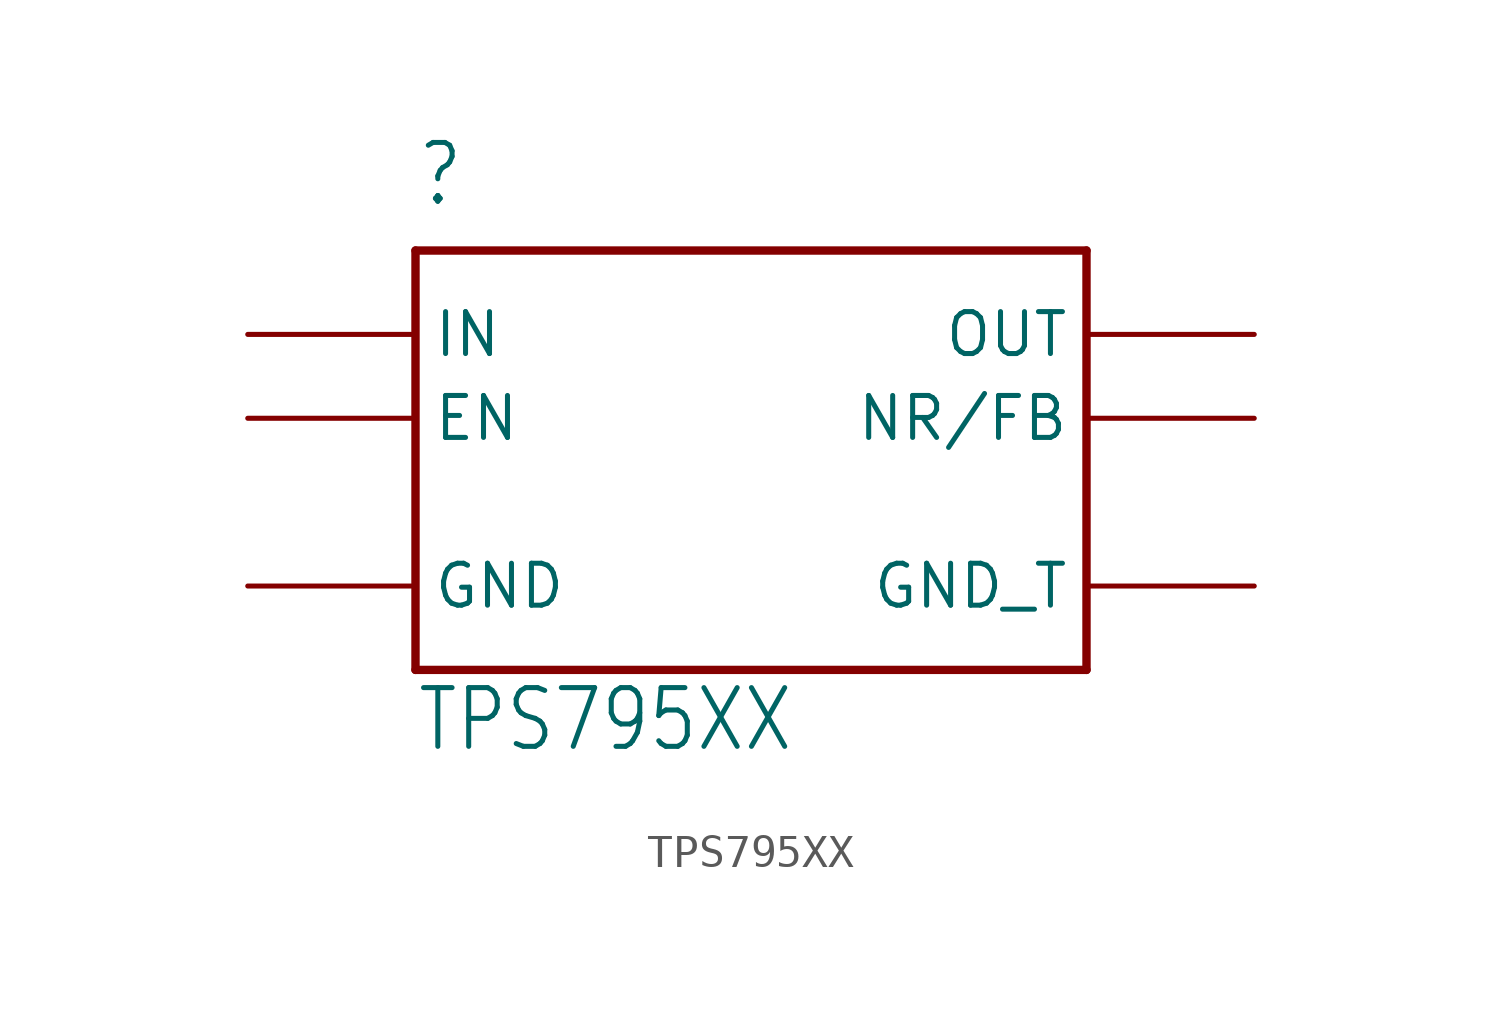
<source format=kicad_sym>
(kicad_symbol_lib
  (version 20211014)
  (generator kicad_symbol_editor)
  (symbol "TPS795XX"
    (property "Reference" ""
      (at -10.16 6.35 0)
      (effects (font (size 1.778 1.511)) (justify left bottom)))
    (property "Value" "TPS795XX"
      (at -10.16 -10.16 0)
      (effects (font (size 1.778 1.511)) (justify left bottom)))
    (property "ki_locked" ""
      (at 0 0 0)
      (effects (font (size 1.27 1.27))))
    (symbol "TPS795XX_1_0"
      (polyline (pts (xy -10.16 -7.62) (xy 10.16 -7.62)) (stroke (width 0.254) (type default) (color 0 0 0 0)) (fill (type none)))
      (polyline (pts (xy -10.16 5.08) (xy -10.16 -7.62)) (stroke (width 0.254) (type default) (color 0 0 0 0)) (fill (type none)))
      (polyline (pts (xy 10.16 -7.62) (xy 10.16 5.08)) (stroke (width 0.254) (type default) (color 0 0 0 0)) (fill (type none)))
      (polyline (pts (xy 10.16 5.08) (xy -10.16 5.08)) (stroke (width 0.254) (type default) (color 0 0 0 0)) (fill (type none)))
      (pin bidirectional line (at -15.24 0 0) (length 5.08) (name "EN" (effects (font (size 1.27 1.27)))) (number "P$1" (effects (font (size 0 0)))))
      (pin bidirectional line (at -15.24 2.54 0) (length 5.08) (name "IN" (effects (font (size 1.27 1.27)))) (number "P$2" (effects (font (size 0 0)))))
      (pin bidirectional line (at -15.24 -5.08 0) (length 5.08) (name "GND" (effects (font (size 1.27 1.27)))) (number "P$3" (effects (font (size 0 0)))))
      (pin bidirectional line (at 15.24 2.54 180) (length 5.08) (name "OUT" (effects (font (size 1.27 1.27)))) (number "P$4" (effects (font (size 0 0)))))
      (pin bidirectional line (at 15.24 0 180) (length 5.08) (name "NR/FB" (effects (font (size 1.27 1.27)))) (number "P$5" (effects (font (size 0 0)))))
      (pin bidirectional line (at 15.24 -5.08 180) (length 5.08) (name "GND_T" (effects (font (size 1.27 1.27)))) (number "P$6" (effects (font (size 0 0))))))))
</source>
